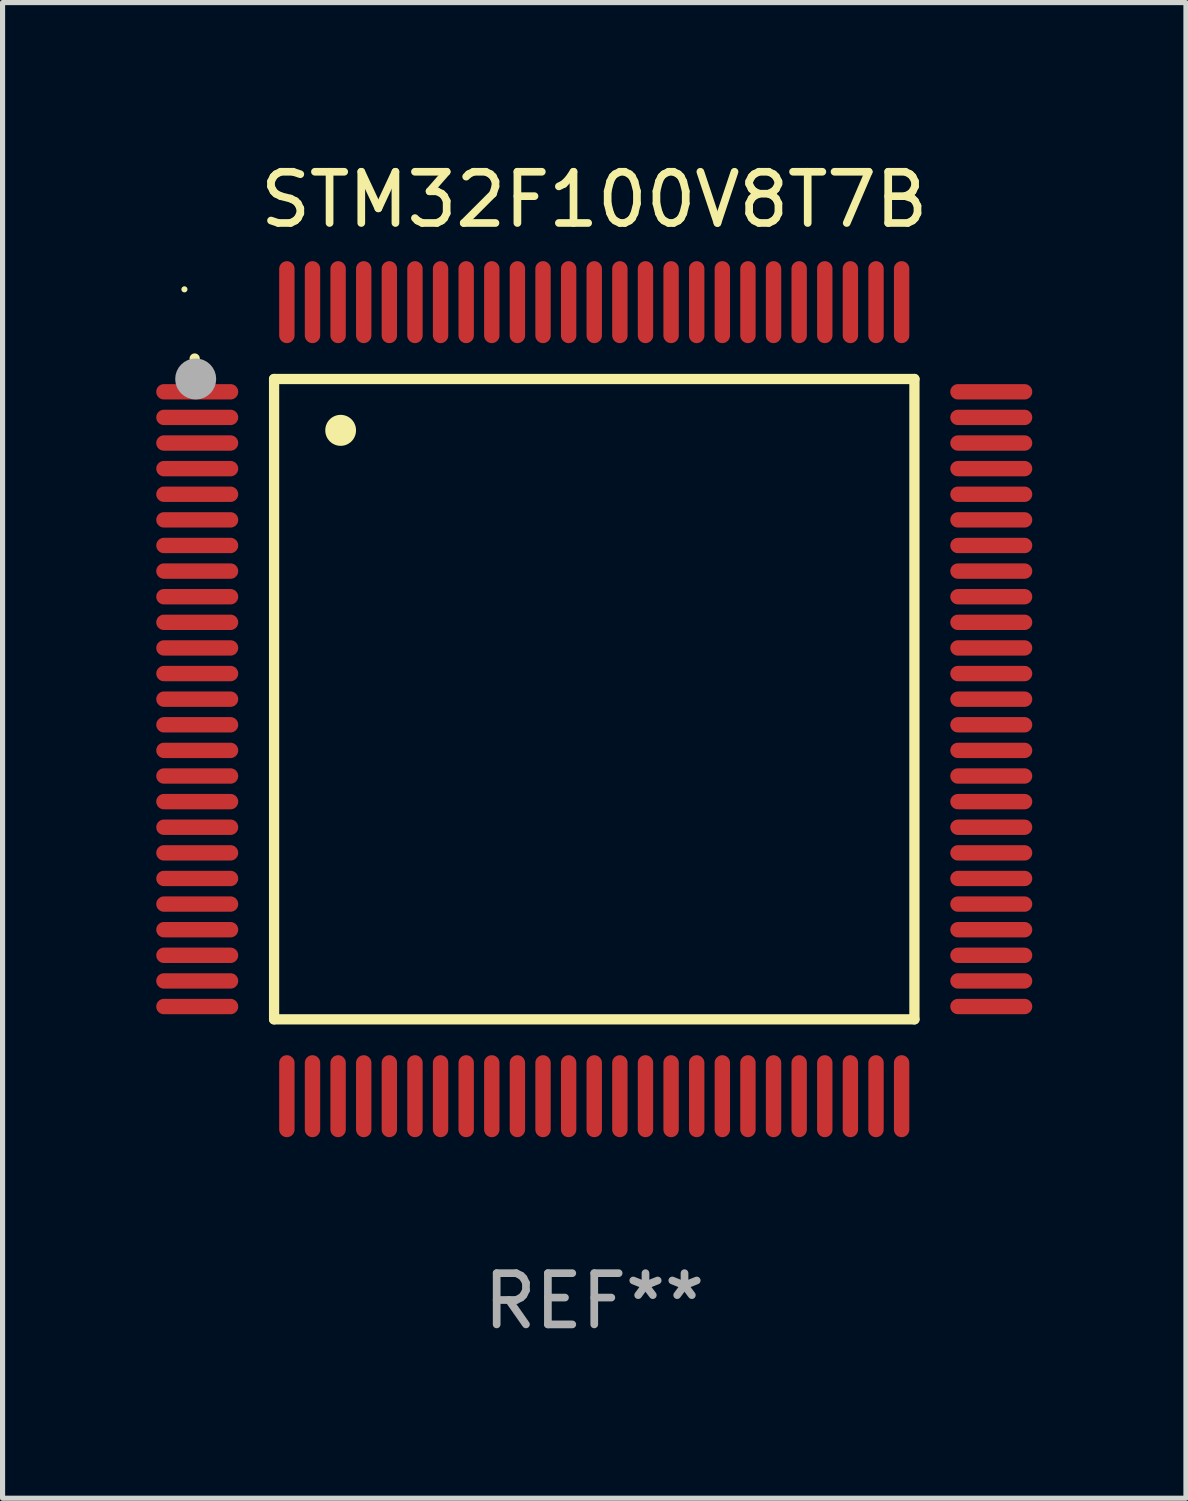
<source format=kicad_pcb>
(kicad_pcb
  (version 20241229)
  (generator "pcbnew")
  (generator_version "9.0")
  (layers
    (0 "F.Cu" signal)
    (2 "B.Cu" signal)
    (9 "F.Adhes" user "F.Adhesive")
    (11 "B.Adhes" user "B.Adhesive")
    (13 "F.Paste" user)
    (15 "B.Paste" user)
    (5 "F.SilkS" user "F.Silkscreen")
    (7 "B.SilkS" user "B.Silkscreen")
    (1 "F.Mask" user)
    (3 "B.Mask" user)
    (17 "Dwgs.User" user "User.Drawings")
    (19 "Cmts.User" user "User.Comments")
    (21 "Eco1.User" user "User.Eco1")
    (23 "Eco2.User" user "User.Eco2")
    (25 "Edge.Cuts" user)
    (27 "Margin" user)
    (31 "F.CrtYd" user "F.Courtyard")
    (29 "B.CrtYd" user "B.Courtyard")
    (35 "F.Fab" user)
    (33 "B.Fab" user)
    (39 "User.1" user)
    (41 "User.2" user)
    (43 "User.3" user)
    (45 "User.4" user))
  (footprint "STM32F100V8T7B"
    (layer "F.Cu")
    (at 8.55 10.598)
    (property "Reference" "STM32F100V8T7B" (at 0 -9.75 0) (layer "F.SilkS") (effects (font (size 1 1) (thickness 0.15))))
    (attr through_hole)
    (fp_line (start -6.25 -6.25) (end -6.25 6.25) (stroke (width 0.2) (type solid)) (layer "F.SilkS"))
    (fp_line (start -6.25 6.25) (end 6.25 6.25) (stroke (width 0.2) (type solid)) (layer "F.SilkS"))
    (fp_line (start 6.25 -6.25) (end -6.25 -6.25) (stroke (width 0.2) (type solid)) (layer "F.SilkS"))
    (fp_line (start 6.25 6.25) (end 6.25 -6.25) (stroke (width 0.2) (type solid)) (layer "F.SilkS"))
    (fp_arc (start -7.799568 -6.647625) (mid -7.799571 -6.648463) (end -7.799568 -6.649301) (stroke (width 0.2) (type solid)) (layer "F.SilkS"))
    (fp_arc (start -4.95047 -5.245111) (mid -4.950481 -5.247651) (end -4.95047 -5.250191) (stroke (width 0.6) (type solid)) (layer "F.SilkS"))
    (fp_circle (center -8 -8) (end -7.97 -8) (stroke (width 0.06) (type solid)) (fill no) (layer "F.SilkS"))
    (fp_circle (center -7.78 -6.25) (end -7.58 -6.25) (stroke (width 0.4) (type solid)) (fill no) (layer "F.Fab"))
    (fp_text user "REF**" (at 0 11.75 0) (layer "F.Fab") (effects (font (size 1 1) (thickness 0.15))))
    (pad "1" smd oval (at -7.75 -6 90) (size 0.3 1.6) (layers "F.Cu" "F.Mask" "F.Paste"))
    (pad "2" smd oval (at -7.75 -5.5 90) (size 0.3 1.6) (layers "F.Cu" "F.Mask" "F.Paste"))
    (pad "3" smd oval (at -7.75 -5 90) (size 0.3 1.6) (layers "F.Cu" "F.Mask" "F.Paste"))
    (pad "4" smd oval (at -7.75 -4.5 90) (size 0.3 1.6) (layers "F.Cu" "F.Mask" "F.Paste"))
    (pad "5" smd oval (at -7.75 -4 90) (size 0.3 1.6) (layers "F.Cu" "F.Mask" "F.Paste"))
    (pad "6" smd oval (at -7.75 -3.5 90) (size 0.3 1.6) (layers "F.Cu" "F.Mask" "F.Paste"))
    (pad "7" smd oval (at -7.75 -3 90) (size 0.3 1.6) (layers "F.Cu" "F.Mask" "F.Paste"))
    (pad "8" smd oval (at -7.75 -2.5 90) (size 0.3 1.6) (layers "F.Cu" "F.Mask" "F.Paste"))
    (pad "9" smd oval (at -7.75 -2 90) (size 0.3 1.6) (layers "F.Cu" "F.Mask" "F.Paste"))
    (pad "10" smd oval (at -7.75 -1.5 90) (size 0.3 1.6) (layers "F.Cu" "F.Mask" "F.Paste"))
    (pad "11" smd oval (at -7.75 -1 90) (size 0.3 1.6) (layers "F.Cu" "F.Mask" "F.Paste"))
    (pad "12" smd oval (at -7.75 -0.5 90) (size 0.3 1.6) (layers "F.Cu" "F.Mask" "F.Paste"))
    (pad "13" smd oval (at -7.75 0 90) (size 0.3 1.6) (layers "F.Cu" "F.Mask" "F.Paste"))
    (pad "14" smd oval (at -7.75 0.5 90) (size 0.3 1.6) (layers "F.Cu" "F.Mask" "F.Paste"))
    (pad "15" smd oval (at -7.75 1 90) (size 0.3 1.6) (layers "F.Cu" "F.Mask" "F.Paste"))
    (pad "16" smd oval (at -7.75 1.5 90) (size 0.3 1.6) (layers "F.Cu" "F.Mask" "F.Paste"))
    (pad "17" smd oval (at -7.75 2 90) (size 0.3 1.6) (layers "F.Cu" "F.Mask" "F.Paste"))
    (pad "18" smd oval (at -7.75 2.5 90) (size 0.3 1.6) (layers "F.Cu" "F.Mask" "F.Paste"))
    (pad "19" smd oval (at -7.75 3 90) (size 0.3 1.6) (layers "F.Cu" "F.Mask" "F.Paste"))
    (pad "20" smd oval (at -7.75 3.5 90) (size 0.3 1.6) (layers "F.Cu" "F.Mask" "F.Paste"))
    (pad "21" smd oval (at -7.75 4 90) (size 0.3 1.6) (layers "F.Cu" "F.Mask" "F.Paste"))
    (pad "22" smd oval (at -7.75 4.5 90) (size 0.3 1.6) (layers "F.Cu" "F.Mask" "F.Paste"))
    (pad "23" smd oval (at -7.75 5 90) (size 0.3 1.6) (layers "F.Cu" "F.Mask" "F.Paste"))
    (pad "24" smd oval (at -7.75 5.5 90) (size 0.3 1.6) (layers "F.Cu" "F.Mask" "F.Paste"))
    (pad "25" smd oval (at -7.75 6 90) (size 0.3 1.6) (layers "F.Cu" "F.Mask" "F.Paste"))
    (pad "26" smd oval (at -6 7.75) (size 0.3 1.6) (layers "F.Cu" "F.Mask" "F.Paste"))
    (pad "27" smd oval (at -5.5 7.75) (size 0.3 1.6) (layers "F.Cu" "F.Mask" "F.Paste"))
    (pad "28" smd oval (at -5 7.75) (size 0.3 1.6) (layers "F.Cu" "F.Mask" "F.Paste"))
    (pad "29" smd oval (at -4.5 7.75) (size 0.3 1.6) (layers "F.Cu" "F.Mask" "F.Paste"))
    (pad "30" smd oval (at -4 7.75) (size 0.3 1.6) (layers "F.Cu" "F.Mask" "F.Paste"))
    (pad "31" smd oval (at -3.5 7.75) (size 0.3 1.6) (layers "F.Cu" "F.Mask" "F.Paste"))
    (pad "32" smd oval (at -3 7.75) (size 0.3 1.6) (layers "F.Cu" "F.Mask" "F.Paste"))
    (pad "33" smd oval (at -2.5 7.75) (size 0.3 1.6) (layers "F.Cu" "F.Mask" "F.Paste"))
    (pad "34" smd oval (at -2 7.75) (size 0.3 1.6) (layers "F.Cu" "F.Mask" "F.Paste"))
    (pad "35" smd oval (at -1.5 7.75) (size 0.3 1.6) (layers "F.Cu" "F.Mask" "F.Paste"))
    (pad "36" smd oval (at -1 7.75) (size 0.3 1.6) (layers "F.Cu" "F.Mask" "F.Paste"))
    (pad "37" smd oval (at -0.5 7.75) (size 0.3 1.6) (layers "F.Cu" "F.Mask" "F.Paste"))
    (pad "38" smd oval (at 0 7.75) (size 0.3 1.6) (layers "F.Cu" "F.Mask" "F.Paste"))
    (pad "39" smd oval (at 0.5 7.75) (size 0.3 1.6) (layers "F.Cu" "F.Mask" "F.Paste"))
    (pad "40" smd oval (at 1 7.75) (size 0.3 1.6) (layers "F.Cu" "F.Mask" "F.Paste"))
    (pad "41" smd oval (at 1.5 7.75) (size 0.3 1.6) (layers "F.Cu" "F.Mask" "F.Paste"))
    (pad "42" smd oval (at 2 7.75) (size 0.3 1.6) (layers "F.Cu" "F.Mask" "F.Paste"))
    (pad "43" smd oval (at 2.5 7.75) (size 0.3 1.6) (layers "F.Cu" "F.Mask" "F.Paste"))
    (pad "44" smd oval (at 3 7.75) (size 0.3 1.6) (layers "F.Cu" "F.Mask" "F.Paste"))
    (pad "45" smd oval (at 3.5 7.75) (size 0.3 1.6) (layers "F.Cu" "F.Mask" "F.Paste"))
    (pad "46" smd oval (at 4 7.75) (size 0.3 1.6) (layers "F.Cu" "F.Mask" "F.Paste"))
    (pad "47" smd oval (at 4.5 7.75) (size 0.3 1.6) (layers "F.Cu" "F.Mask" "F.Paste"))
    (pad "48" smd oval (at 5 7.75) (size 0.3 1.6) (layers "F.Cu" "F.Mask" "F.Paste"))
    (pad "49" smd oval (at 5.5 7.75) (size 0.3 1.6) (layers "F.Cu" "F.Mask" "F.Paste"))
    (pad "50" smd oval (at 6 7.75) (size 0.3 1.6) (layers "F.Cu" "F.Mask" "F.Paste"))
    (pad "51" smd oval (at 7.75 6 90) (size 0.3 1.6) (layers "F.Cu" "F.Mask" "F.Paste"))
    (pad "52" smd oval (at 7.75 5.5 90) (size 0.3 1.6) (layers "F.Cu" "F.Mask" "F.Paste"))
    (pad "53" smd oval (at 7.75 5 90) (size 0.3 1.6) (layers "F.Cu" "F.Mask" "F.Paste"))
    (pad "54" smd oval (at 7.75 4.5 90) (size 0.3 1.6) (layers "F.Cu" "F.Mask" "F.Paste"))
    (pad "55" smd oval (at 7.75 4 90) (size 0.3 1.6) (layers "F.Cu" "F.Mask" "F.Paste"))
    (pad "56" smd oval (at 7.75 3.5 90) (size 0.3 1.6) (layers "F.Cu" "F.Mask" "F.Paste"))
    (pad "57" smd oval (at 7.75 3 90) (size 0.3 1.6) (layers "F.Cu" "F.Mask" "F.Paste"))
    (pad "58" smd oval (at 7.75 2.5 90) (size 0.3 1.6) (layers "F.Cu" "F.Mask" "F.Paste"))
    (pad "59" smd oval (at 7.75 2 90) (size 0.3 1.6) (layers "F.Cu" "F.Mask" "F.Paste"))
    (pad "60" smd oval (at 7.75 1.5 90) (size 0.3 1.6) (layers "F.Cu" "F.Mask" "F.Paste"))
    (pad "61" smd oval (at 7.75 1 90) (size 0.3 1.6) (layers "F.Cu" "F.Mask" "F.Paste"))
    (pad "62" smd oval (at 7.75 0.5 90) (size 0.3 1.6) (layers "F.Cu" "F.Mask" "F.Paste"))
    (pad "63" smd oval (at 7.75 0 90) (size 0.3 1.6) (layers "F.Cu" "F.Mask" "F.Paste"))
    (pad "64" smd oval (at 7.75 -0.5 90) (size 0.3 1.6) (layers "F.Cu" "F.Mask" "F.Paste"))
    (pad "65" smd oval (at 7.75 -1 90) (size 0.3 1.6) (layers "F.Cu" "F.Mask" "F.Paste"))
    (pad "66" smd oval (at 7.75 -1.5 90) (size 0.3 1.6) (layers "F.Cu" "F.Mask" "F.Paste"))
    (pad "67" smd oval (at 7.75 -2 90) (size 0.3 1.6) (layers "F.Cu" "F.Mask" "F.Paste"))
    (pad "68" smd oval (at 7.75 -2.5 90) (size 0.3 1.6) (layers "F.Cu" "F.Mask" "F.Paste"))
    (pad "69" smd oval (at 7.75 -3 90) (size 0.3 1.6) (layers "F.Cu" "F.Mask" "F.Paste"))
    (pad "70" smd oval (at 7.75 -3.5 90) (size 0.3 1.6) (layers "F.Cu" "F.Mask" "F.Paste"))
    (pad "71" smd oval (at 7.75 -4 90) (size 0.3 1.6) (layers "F.Cu" "F.Mask" "F.Paste"))
    (pad "72" smd oval (at 7.75 -4.5 90) (size 0.3 1.6) (layers "F.Cu" "F.Mask" "F.Paste"))
    (pad "73" smd oval (at 7.75 -5 90) (size 0.3 1.6) (layers "F.Cu" "F.Mask" "F.Paste"))
    (pad "74" smd oval (at 7.75 -5.5 90) (size 0.3 1.6) (layers "F.Cu" "F.Mask" "F.Paste"))
    (pad "75" smd oval (at 7.75 -6 90) (size 0.3 1.6) (layers "F.Cu" "F.Mask" "F.Paste"))
    (pad "76" smd oval (at 6 -7.75) (size 0.3 1.6) (layers "F.Cu" "F.Mask" "F.Paste"))
    (pad "77" smd oval (at 5.5 -7.75) (size 0.3 1.6) (layers "F.Cu" "F.Mask" "F.Paste"))
    (pad "78" smd oval (at 5 -7.75) (size 0.3 1.6) (layers "F.Cu" "F.Mask" "F.Paste"))
    (pad "79" smd oval (at 4.5 -7.75) (size 0.3 1.6) (layers "F.Cu" "F.Mask" "F.Paste"))
    (pad "80" smd oval (at 4 -7.75) (size 0.3 1.6) (layers "F.Cu" "F.Mask" "F.Paste"))
    (pad "81" smd oval (at 3.5 -7.75) (size 0.3 1.6) (layers "F.Cu" "F.Mask" "F.Paste"))
    (pad "82" smd oval (at 3 -7.75) (size 0.3 1.6) (layers "F.Cu" "F.Mask" "F.Paste"))
    (pad "83" smd oval (at 2.5 -7.75) (size 0.3 1.6) (layers "F.Cu" "F.Mask" "F.Paste"))
    (pad "84" smd oval (at 2 -7.75) (size 0.3 1.6) (layers "F.Cu" "F.Mask" "F.Paste"))
    (pad "85" smd oval (at 1.5 -7.75) (size 0.3 1.6) (layers "F.Cu" "F.Mask" "F.Paste"))
    (pad "86" smd oval (at 1 -7.75) (size 0.3 1.6) (layers "F.Cu" "F.Mask" "F.Paste"))
    (pad "87" smd oval (at 0.5 -7.75) (size 0.3 1.6) (layers "F.Cu" "F.Mask" "F.Paste"))
    (pad "88" smd oval (at 0 -7.75) (size 0.3 1.6) (layers "F.Cu" "F.Mask" "F.Paste"))
    (pad "89" smd oval (at -0.5 -7.75) (size 0.3 1.6) (layers "F.Cu" "F.Mask" "F.Paste"))
    (pad "90" smd oval (at -1 -7.75) (size 0.3 1.6) (layers "F.Cu" "F.Mask" "F.Paste"))
    (pad "91" smd oval (at -1.5 -7.75) (size 0.3 1.6) (layers "F.Cu" "F.Mask" "F.Paste"))
    (pad "92" smd oval (at -2 -7.75) (size 0.3 1.6) (layers "F.Cu" "F.Mask" "F.Paste"))
    (pad "93" smd oval (at -2.5 -7.75) (size 0.3 1.6) (layers "F.Cu" "F.Mask" "F.Paste"))
    (pad "94" smd oval (at -3 -7.75) (size 0.3 1.6) (layers "F.Cu" "F.Mask" "F.Paste"))
    (pad "95" smd oval (at -3.5 -7.75) (size 0.3 1.6) (layers "F.Cu" "F.Mask" "F.Paste"))
    (pad "96" smd oval (at -4 -7.75) (size 0.3 1.6) (layers "F.Cu" "F.Mask" "F.Paste"))
    (pad "97" smd oval (at -4.5 -7.75) (size 0.3 1.6) (layers "F.Cu" "F.Mask" "F.Paste"))
    (pad "98" smd oval (at -5 -7.75) (size 0.3 1.6) (layers "F.Cu" "F.Mask" "F.Paste"))
    (pad "99" smd oval (at -5.5 -7.75) (size 0.3 1.6) (layers "F.Cu" "F.Mask" "F.Paste"))
    (pad "100" smd oval (at -6 -7.75) (size 0.3 1.6) (layers "F.Cu" "F.Mask" "F.Paste")))
  (gr_rect
    (start -3 -3)
    (end 20.1 26.196)
    (stroke (width 0.1) (type default))
    (fill no)
    (layer "Edge.Cuts")))
</source>
